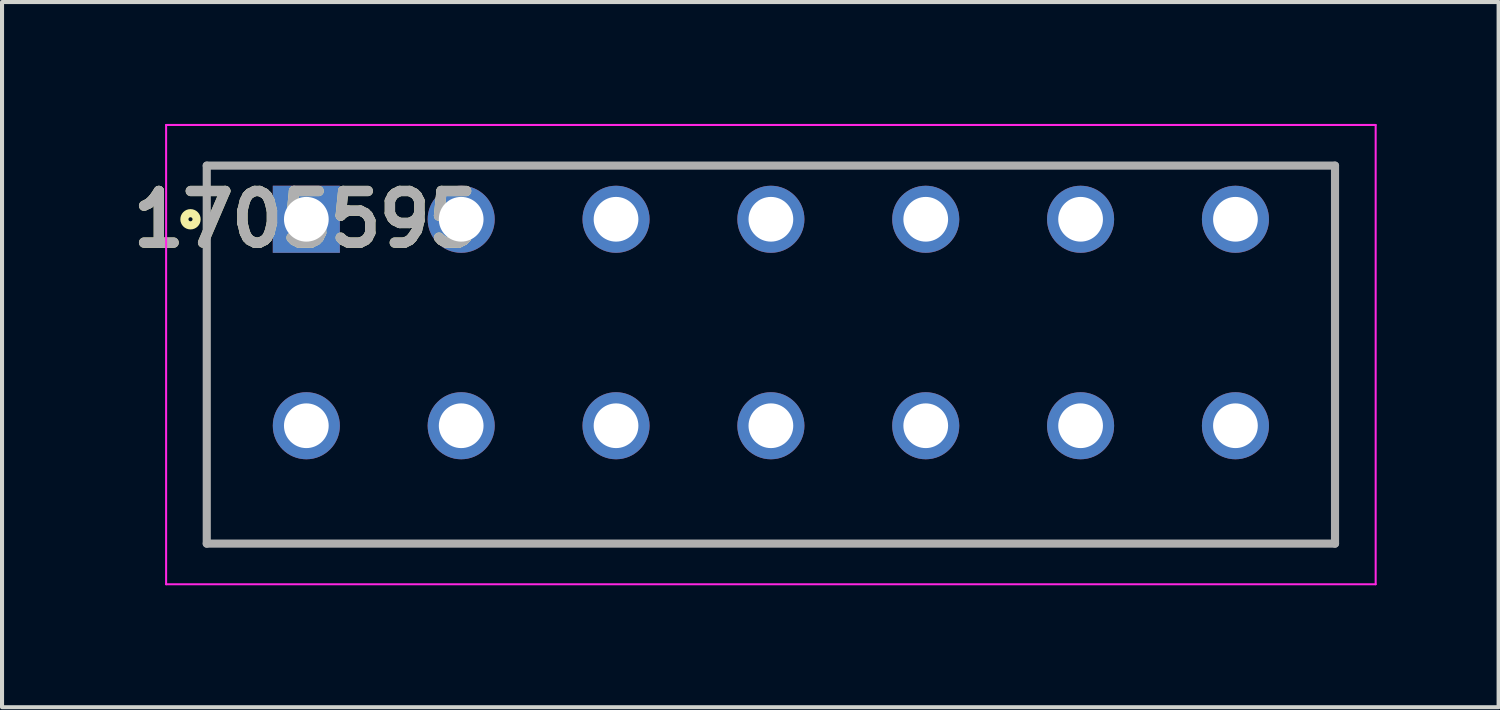
<source format=kicad_pcb>
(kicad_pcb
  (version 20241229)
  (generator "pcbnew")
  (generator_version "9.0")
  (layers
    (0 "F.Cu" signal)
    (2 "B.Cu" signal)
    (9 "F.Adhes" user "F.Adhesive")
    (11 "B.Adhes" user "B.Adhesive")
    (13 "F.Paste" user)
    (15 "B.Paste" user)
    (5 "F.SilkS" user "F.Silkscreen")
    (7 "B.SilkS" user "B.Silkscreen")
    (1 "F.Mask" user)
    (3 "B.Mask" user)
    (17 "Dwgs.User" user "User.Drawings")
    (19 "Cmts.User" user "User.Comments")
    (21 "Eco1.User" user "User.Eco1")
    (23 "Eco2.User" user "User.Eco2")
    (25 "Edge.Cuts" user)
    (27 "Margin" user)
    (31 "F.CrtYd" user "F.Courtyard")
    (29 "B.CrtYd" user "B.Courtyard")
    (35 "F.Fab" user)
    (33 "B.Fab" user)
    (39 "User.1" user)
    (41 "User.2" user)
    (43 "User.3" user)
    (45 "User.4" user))
  (footprint "1705595"
    (layer "F.Cu")
    (at 4.487 2.345)
    (property "Reference" "1705595" (at 0 0 0) (layer "F.SilkS") (effects (font (size 1.27 1.27) (thickness 0.254))))
    (attr through_hole)
    (fp_line (start -2.45 -1.32) (end 25.31 -1.32) (stroke (width 0.1) (type solid)) (layer "F.SilkS"))
    (fp_line (start -2.45 7.98) (end -2.45 -1.32) (stroke (width 0.1) (type solid)) (layer "F.SilkS"))
    (fp_line (start 25.31 -1.32) (end 25.31 7.98) (stroke (width 0.1) (type solid)) (layer "F.SilkS"))
    (fp_line (start 25.31 7.98) (end -2.45 7.98) (stroke (width 0.1) (type solid)) (layer "F.SilkS"))
    (fp_circle (center -2.85 0) (end -2.85 0.05) (stroke (width 0.2) (type solid)) (fill no) (layer "F.SilkS"))
    (fp_line (start -3.45 -2.32) (end 26.31 -2.32) (stroke (width 0.05) (type solid)) (layer "F.CrtYd"))
    (fp_line (start -3.45 8.98) (end -3.45 -2.32) (stroke (width 0.05) (type solid)) (layer "F.CrtYd"))
    (fp_line (start 26.31 -2.32) (end 26.31 8.98) (stroke (width 0.05) (type solid)) (layer "F.CrtYd"))
    (fp_line (start 26.31 8.98) (end -3.45 8.98) (stroke (width 0.05) (type solid)) (layer "F.CrtYd"))
    (fp_line (start -2.45 -1.32) (end 25.31 -1.32) (stroke (width 0.2) (type solid)) (layer "F.Fab"))
    (fp_line (start -2.45 7.98) (end -2.45 -1.32) (stroke (width 0.2) (type solid)) (layer "F.Fab"))
    (fp_line (start 25.31 -1.32) (end 25.31 7.98) (stroke (width 0.2) (type solid)) (layer "F.Fab"))
    (fp_line (start 25.31 7.98) (end -2.45 7.98) (stroke (width 0.2) (type solid)) (layer "F.Fab"))
    (fp_text user "${REFERENCE}" (at 0 0 0) (layer "F.Fab") (effects (font (size 1.27 1.27) (thickness 0.254))))
    (pad "1" thru_hole rect (at 0 0) (size 1.65 1.65) (drill 1.1) (layers "*.Cu" "*.Mask"))
    (pad "2" thru_hole circle (at 0 5.08) (size 1.65 1.65) (drill 1.1) (layers "*.Cu" "*.Mask"))
    (pad "3" thru_hole circle (at 3.81 0) (size 1.65 1.65) (drill 1.1) (layers "*.Cu" "*.Mask"))
    (pad "4" thru_hole circle (at 3.81 5.08) (size 1.65 1.65) (drill 1.1) (layers "*.Cu" "*.Mask"))
    (pad "5" thru_hole circle (at 7.62 0) (size 1.65 1.65) (drill 1.1) (layers "*.Cu" "*.Mask"))
    (pad "6" thru_hole circle (at 7.62 5.08) (size 1.65 1.65) (drill 1.1) (layers "*.Cu" "*.Mask"))
    (pad "7" thru_hole circle (at 11.43 0) (size 1.65 1.65) (drill 1.1) (layers "*.Cu" "*.Mask"))
    (pad "8" thru_hole circle (at 11.43 5.08) (size 1.65 1.65) (drill 1.1) (layers "*.Cu" "*.Mask"))
    (pad "9" thru_hole circle (at 15.24 0) (size 1.65 1.65) (drill 1.1) (layers "*.Cu" "*.Mask"))
    (pad "10" thru_hole circle (at 15.24 5.08) (size 1.65 1.65) (drill 1.1) (layers "*.Cu" "*.Mask"))
    (pad "11" thru_hole circle (at 19.05 0) (size 1.65 1.65) (drill 1.1) (layers "*.Cu" "*.Mask"))
    (pad "12" thru_hole circle (at 19.05 5.08) (size 1.65 1.65) (drill 1.1) (layers "*.Cu" "*.Mask"))
    (pad "13" thru_hole circle (at 22.86 0) (size 1.65 1.65) (drill 1.1) (layers "*.Cu" "*.Mask"))
    (pad "14" thru_hole circle (at 22.86 5.08) (size 1.65 1.65) (drill 1.1) (layers "*.Cu" "*.Mask")))
  (gr_rect
    (start -3 -3)
    (end 33.822 14.35)
    (stroke (width 0.1) (type default))
    (fill no)
    (layer "Edge.Cuts")))
</source>
